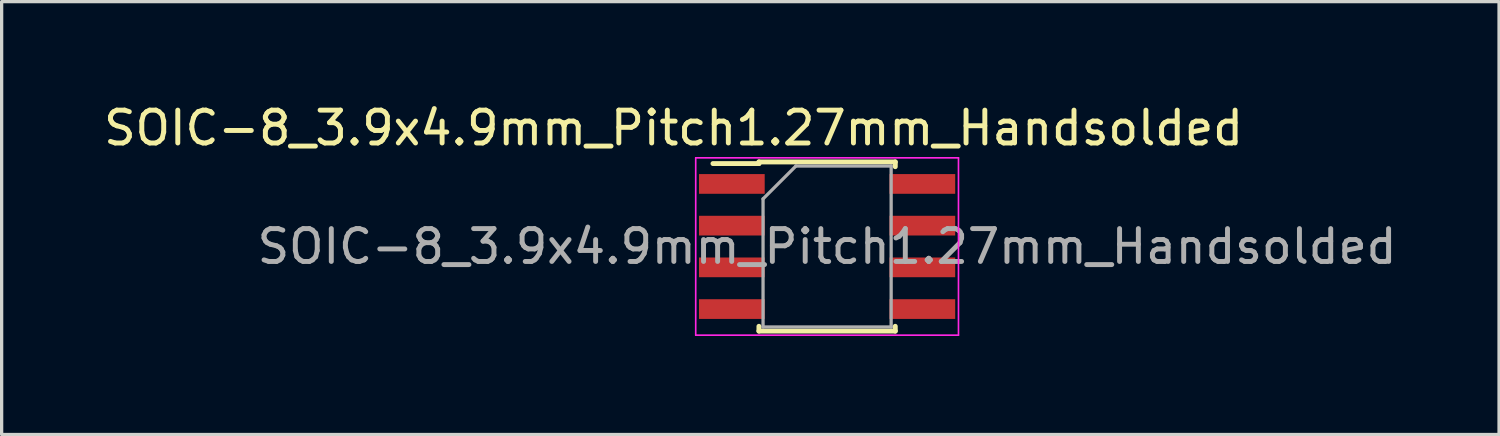
<source format=kicad_pcb>
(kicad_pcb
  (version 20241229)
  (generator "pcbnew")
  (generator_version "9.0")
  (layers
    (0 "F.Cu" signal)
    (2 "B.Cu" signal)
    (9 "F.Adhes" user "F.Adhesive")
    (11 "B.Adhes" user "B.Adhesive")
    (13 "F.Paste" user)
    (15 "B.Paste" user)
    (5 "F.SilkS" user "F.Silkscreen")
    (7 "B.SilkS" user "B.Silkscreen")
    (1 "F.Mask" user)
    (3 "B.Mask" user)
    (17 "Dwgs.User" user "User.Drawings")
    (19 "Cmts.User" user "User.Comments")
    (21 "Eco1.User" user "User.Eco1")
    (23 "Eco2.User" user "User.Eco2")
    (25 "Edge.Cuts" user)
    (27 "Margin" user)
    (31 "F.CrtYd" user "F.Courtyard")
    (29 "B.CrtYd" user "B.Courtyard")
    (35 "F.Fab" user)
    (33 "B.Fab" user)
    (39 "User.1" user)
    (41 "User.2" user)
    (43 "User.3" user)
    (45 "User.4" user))
  (footprint "SOIC-8_3.9x4.9mm_Pitch1.27mm_Handsolded"
    (layer "F.Cu")
    (at 22.132 4.455)
    (property "Reference" "SOIC-8_3.9x4.9mm_Pitch1.27mm_Handsolded" (at -4.674 -3.607 0) (layer "F.SilkS") (effects (font (size 1 1) (thickness 0.15))))
    (attr smd)
    (fp_line (start -2.075 -2.575) (end -2.075 -2.525) (stroke (width 0.15) (type solid)) (layer "F.SilkS"))
    (fp_line (start -2.075 -2.575) (end 2.075 -2.575) (stroke (width 0.15) (type solid)) (layer "F.SilkS"))
    (fp_line (start -2.075 -2.525) (end -3.475 -2.525) (stroke (width 0.15) (type solid)) (layer "F.SilkS"))
    (fp_line (start -2.075 2.575) (end -2.075 2.43) (stroke (width 0.15) (type solid)) (layer "F.SilkS"))
    (fp_line (start -2.075 2.575) (end 2.075 2.575) (stroke (width 0.15) (type solid)) (layer "F.SilkS"))
    (fp_line (start 2.075 -2.575) (end 2.075 -2.43) (stroke (width 0.15) (type solid)) (layer "F.SilkS"))
    (fp_line (start 2.075 2.575) (end 2.075 2.43) (stroke (width 0.15) (type solid)) (layer "F.SilkS"))
    (fp_line (start -4 -2.7) (end -4 2.7) (stroke (width 0.05) (type solid)) (layer "F.CrtYd"))
    (fp_line (start -4 -2.7) (end 4 -2.7) (stroke (width 0.05) (type solid)) (layer "F.CrtYd"))
    (fp_line (start -4 2.7) (end 4 2.7) (stroke (width 0.05) (type solid)) (layer "F.CrtYd"))
    (fp_line (start 4 -2.7) (end 4 2.7) (stroke (width 0.05) (type solid)) (layer "F.CrtYd"))
    (fp_line (start -1.95 -1.45) (end -0.95 -2.45) (stroke (width 0.1) (type solid)) (layer "F.Fab"))
    (fp_line (start -1.95 2.45) (end -1.95 -1.45) (stroke (width 0.1) (type solid)) (layer "F.Fab"))
    (fp_line (start -0.95 -2.45) (end 1.95 -2.45) (stroke (width 0.1) (type solid)) (layer "F.Fab"))
    (fp_line (start 1.95 -2.45) (end 1.95 2.45) (stroke (width 0.1) (type solid)) (layer "F.Fab"))
    (fp_line (start 1.95 2.45) (end -1.95 2.45) (stroke (width 0.1) (type solid)) (layer "F.Fab"))
    (fp_text user "${REFERENCE}" (at 0 0 0) (layer "F.Fab") (effects (font (size 1 1) (thickness 0.15))))
    (pad "1" smd rect (at -2.9 -1.905) (size 2 0.6) (layers "F.Cu" "F.Mask" "F.Paste"))
    (pad "2" smd rect (at -2.9 -0.635) (size 2 0.6) (layers "F.Cu" "F.Mask" "F.Paste"))
    (pad "3" smd rect (at -2.9 0.635) (size 2 0.6) (layers "F.Cu" "F.Mask" "F.Paste"))
    (pad "4" smd rect (at -2.9 1.905) (size 2 0.6) (layers "F.Cu" "F.Mask" "F.Paste"))
    (pad "5" smd rect (at 2.9 1.905) (size 2 0.6) (layers "F.Cu" "F.Mask" "F.Paste"))
    (pad "6" smd rect (at 2.9 0.635) (size 2 0.6) (layers "F.Cu" "F.Mask" "F.Paste"))
    (pad "7" smd rect (at 2.9 -0.635) (size 2 0.6) (layers "F.Cu" "F.Mask" "F.Paste"))
    (pad "8" smd rect (at 2.9 -1.905) (size 2 0.6) (layers "F.Cu" "F.Mask" "F.Paste")))
  (gr_rect
    (start -3 -3)
    (end 42.59 10.18)
    (stroke (width 0.1) (type default))
    (fill no)
    (layer "Edge.Cuts")))
</source>
